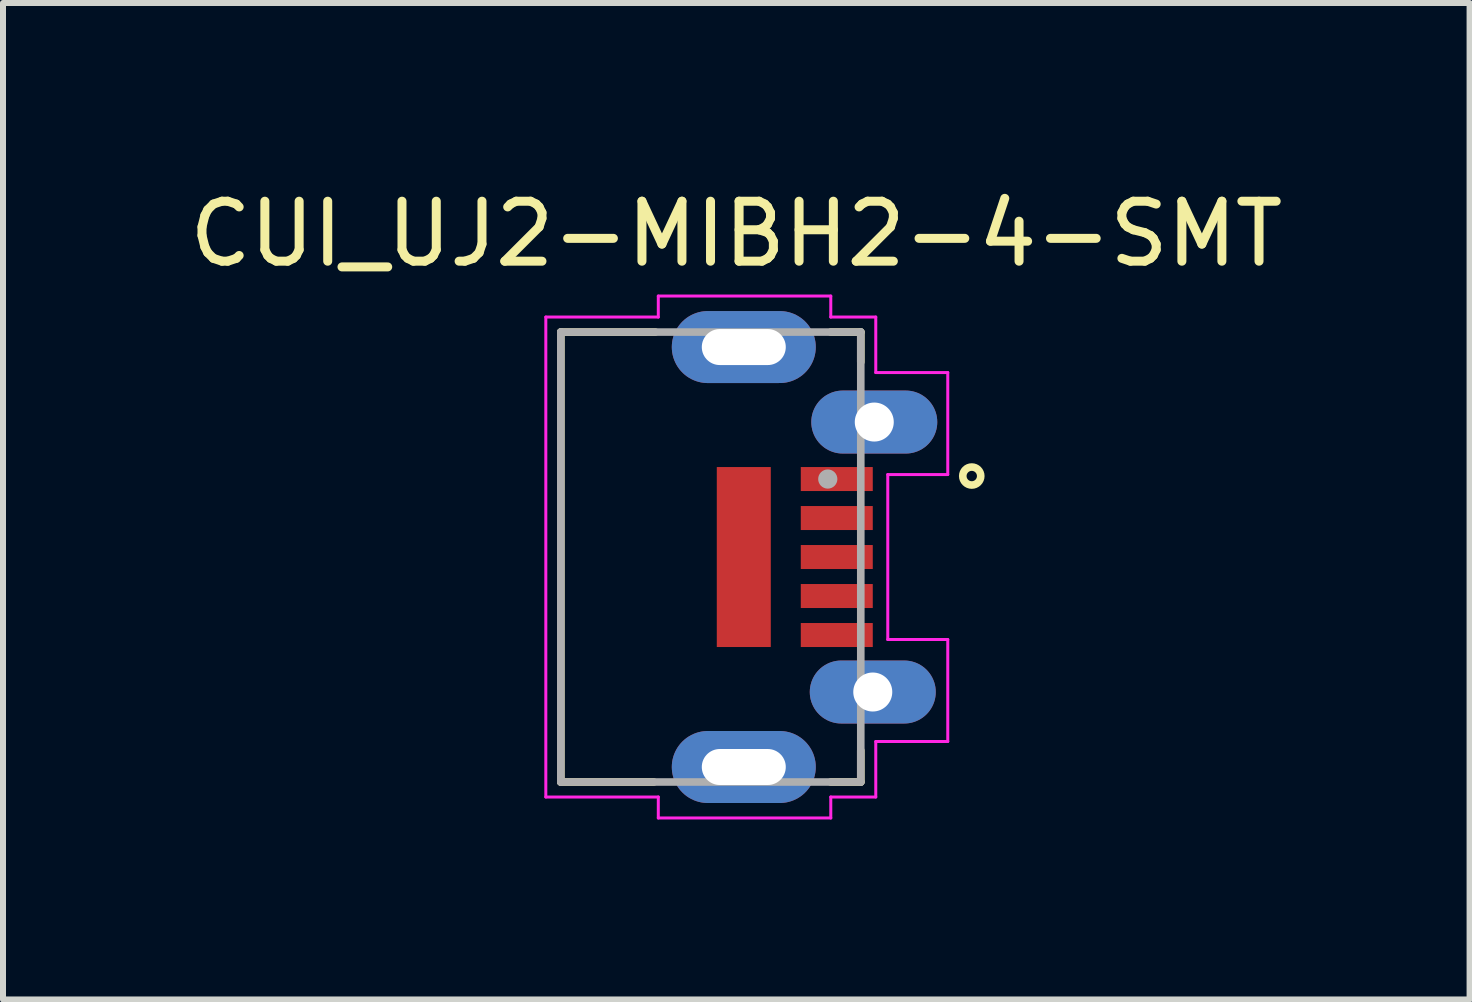
<source format=kicad_pcb>
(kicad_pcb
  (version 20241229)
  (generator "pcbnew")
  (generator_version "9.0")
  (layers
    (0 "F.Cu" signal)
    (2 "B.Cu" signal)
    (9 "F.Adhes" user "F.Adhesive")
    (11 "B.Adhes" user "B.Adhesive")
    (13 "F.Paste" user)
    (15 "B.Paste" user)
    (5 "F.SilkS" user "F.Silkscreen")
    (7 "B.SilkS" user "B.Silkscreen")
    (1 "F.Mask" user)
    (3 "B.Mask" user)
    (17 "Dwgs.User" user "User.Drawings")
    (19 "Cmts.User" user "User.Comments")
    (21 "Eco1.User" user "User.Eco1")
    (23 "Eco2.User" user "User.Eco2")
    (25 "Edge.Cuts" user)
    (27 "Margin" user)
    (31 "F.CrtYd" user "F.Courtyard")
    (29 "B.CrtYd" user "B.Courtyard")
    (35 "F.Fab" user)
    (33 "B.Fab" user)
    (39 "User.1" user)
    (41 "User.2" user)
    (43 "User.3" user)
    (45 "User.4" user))
  (footprint "CUI_UJ2-MIBH2-4-SMT"
    (layer "F.Cu")
    (at 10.898 4.935)
    (property "Reference" "CUI_UJ2-MIBH2-4-SMT" (at -1.676 -4.086 0) (layer "F.SilkS") (effects (font (size 1 1) (thickness 0.15))))
    (attr smd)
    (fp_line (start -4.6 -2.45) (end -3.025 -2.45) (stroke (width 0.127) (type solid)) (layer "F.SilkS"))
    (fp_line (start -4.6 5.05) (end -4.6 -2.45) (stroke (width 0.127) (type solid)) (layer "F.SilkS"))
    (fp_line (start -3.05 5.05) (end -4.6 5.05) (stroke (width 0.127) (type solid)) (layer "F.SilkS"))
    (fp_line (start -0.1 -2.45) (end 0.4 -2.45) (stroke (width 0.127) (type solid)) (layer "F.SilkS"))
    (fp_line (start 0.4 -2.45) (end 0.4 -1.95) (stroke (width 0.127) (type solid)) (layer "F.SilkS"))
    (fp_line (start 0.4 4.525) (end 0.4 5.05) (stroke (width 0.127) (type solid)) (layer "F.SilkS"))
    (fp_line (start 0.4 5.05) (end -0.1 5.05) (stroke (width 0.127) (type solid)) (layer "F.SilkS"))
    (fp_circle (center 2.25 -0.05) (end 2.4 -0.05) (stroke (width 0.127) (type solid)) (fill no) (layer "F.SilkS"))
    (fp_line (start -4.85 -2.7) (end -2.975 -2.7) (stroke (width 0.05) (type solid)) (layer "F.CrtYd"))
    (fp_line (start -4.85 5.3) (end -4.85 -2.7) (stroke (width 0.05) (type solid)) (layer "F.CrtYd"))
    (fp_line (start -2.975 -3.05) (end -0.1 -3.05) (stroke (width 0.05) (type solid)) (layer "F.CrtYd"))
    (fp_line (start -2.975 -2.7) (end -2.975 -3.05) (stroke (width 0.05) (type solid)) (layer "F.CrtYd"))
    (fp_line (start -2.975 5.3) (end -4.85 5.3) (stroke (width 0.05) (type solid)) (layer "F.CrtYd"))
    (fp_line (start -2.975 5.65) (end -2.975 5.3) (stroke (width 0.05) (type solid)) (layer "F.CrtYd"))
    (fp_line (start -0.1 -3.05) (end -0.1 -2.7) (stroke (width 0.05) (type solid)) (layer "F.CrtYd"))
    (fp_line (start -0.1 -2.7) (end 0.65 -2.7) (stroke (width 0.05) (type solid)) (layer "F.CrtYd"))
    (fp_line (start -0.1 5.3) (end -0.1 5.65) (stroke (width 0.05) (type solid)) (layer "F.CrtYd"))
    (fp_line (start -0.1 5.65) (end -2.975 5.65) (stroke (width 0.05) (type solid)) (layer "F.CrtYd"))
    (fp_line (start 0.65 -2.7) (end 0.65 -1.775) (stroke (width 0.05) (type solid)) (layer "F.CrtYd"))
    (fp_line (start 0.65 -1.775) (end 1.85 -1.775) (stroke (width 0.05) (type solid)) (layer "F.CrtYd"))
    (fp_line (start 0.65 4.375) (end 0.65 5.3) (stroke (width 0.05) (type solid)) (layer "F.CrtYd"))
    (fp_line (start 0.65 5.3) (end -0.1 5.3) (stroke (width 0.05) (type solid)) (layer "F.CrtYd"))
    (fp_line (start 0.85 -0.075) (end 0.85 2.675) (stroke (width 0.05) (type solid)) (layer "F.CrtYd"))
    (fp_line (start 0.85 2.675) (end 1.85 2.675) (stroke (width 0.05) (type solid)) (layer "F.CrtYd"))
    (fp_line (start 1.85 -1.775) (end 1.85 -0.075) (stroke (width 0.05) (type solid)) (layer "F.CrtYd"))
    (fp_line (start 1.85 -0.075) (end 0.85 -0.075) (stroke (width 0.05) (type solid)) (layer "F.CrtYd"))
    (fp_line (start 1.85 2.675) (end 1.85 4.375) (stroke (width 0.05) (type solid)) (layer "F.CrtYd"))
    (fp_line (start 1.85 4.375) (end 0.65 4.375) (stroke (width 0.05) (type solid)) (layer "F.CrtYd"))
    (fp_line (start -4.6 -2.45) (end 0.4 -2.45) (stroke (width 0.127) (type solid)) (layer "F.Fab"))
    (fp_line (start -4.6 5.05) (end -4.6 -2.45) (stroke (width 0.127) (type solid)) (layer "F.Fab"))
    (fp_line (start 0.4 -2.45) (end 0.4 5.05) (stroke (width 0.127) (type solid)) (layer "F.Fab"))
    (fp_line (start 0.4 5.05) (end -4.6 5.05) (stroke (width 0.127) (type solid)) (layer "F.Fab"))
    (fp_circle (center -0.15 0) (end -0.07 0) (stroke (width 0.16) (type solid)) (fill no) (layer "F.Fab"))
    (pad "1" smd rect (at 0 0) (size 1.2 0.4) (layers "F.Cu" "F.Mask" "F.Paste"))
    (pad "2" smd rect (at 0 0.65) (size 1.2 0.4) (layers "F.Cu" "F.Mask" "F.Paste"))
    (pad "3" smd rect (at 0 1.3) (size 1.2 0.4) (layers "F.Cu" "F.Mask" "F.Paste"))
    (pad "4" smd rect (at 0 1.95) (size 1.2 0.4) (layers "F.Cu" "F.Mask" "F.Paste"))
    (pad "5" smd rect (at 0 2.6) (size 1.2 0.4) (layers "F.Cu" "F.Mask" "F.Paste"))
    (pad "SH1" thru_hole oval (at -1.55 -2.2) (size 2.4 1.2) (drill oval 1.4 0.6) (layers "*.Cu" "*.Mask"))
    (pad "SH2" thru_hole oval (at 0.625 -0.95) (size 2.1 1.05) (drill 0.65) (layers "*.Cu" "*.Mask"))
    (pad "SH3" smd rect (at -1.55 1.3) (size 0.9 3) (layers "F.Cu" "F.Mask" "F.Paste"))
    (pad "SH4" thru_hole oval (at -1.55 4.8) (size 2.4 1.2) (drill oval 1.4 0.6) (layers "*.Cu" "*.Mask"))
    (pad "SH5" thru_hole oval (at 0.6 3.55) (size 2.1 1.05) (drill 0.65) (layers "*.Cu" "*.Mask")))
  (gr_rect
    (start -3 -3)
    (end 21.446 13.61)
    (stroke (width 0.1) (type default))
    (fill no)
    (layer "Edge.Cuts")))
</source>
